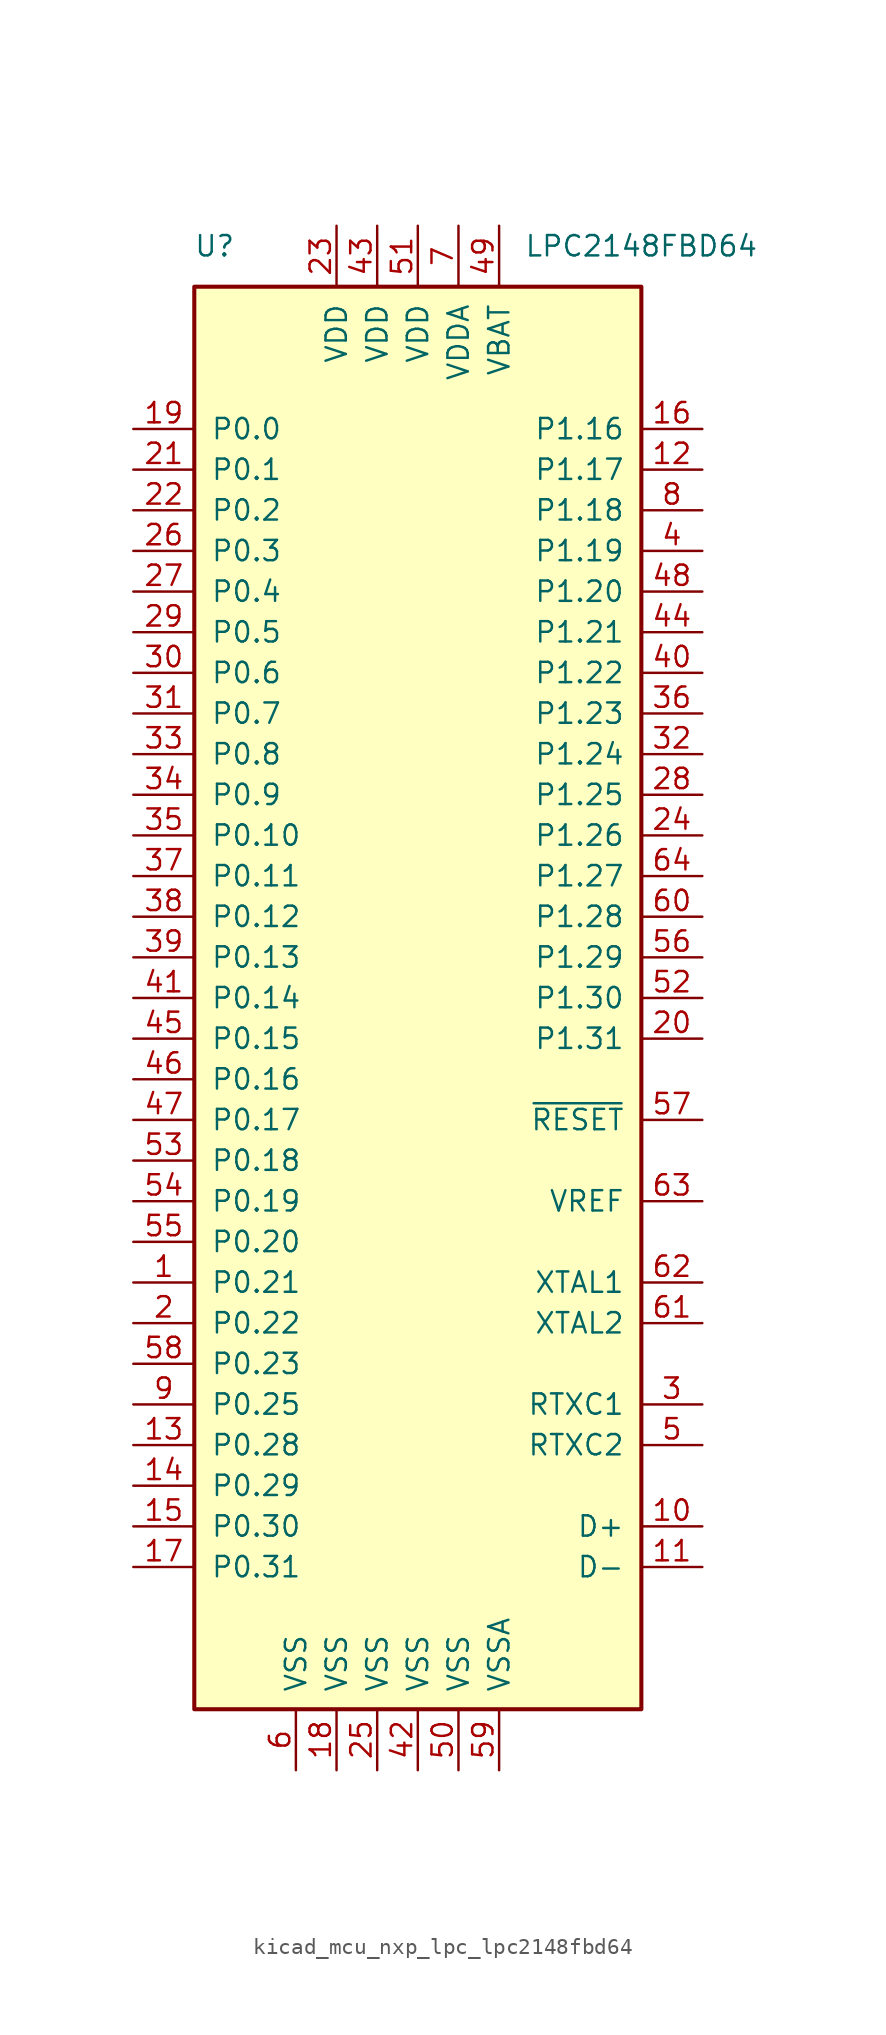
<source format=kicad_sym>
(kicad_symbol_lib
  (version 20220914)
  (generator kicad_symbol_editor)
  (symbol "kicad_mcu_nxp_lpc_lpc2148fbd64"
    (pin_names
      (offset 1.016))
    (property "Reference" "U"
      (at -12.7 46.99 0)
      (effects (font (size 1.27 1.27))))
    (property "Value" "LPC2148FBD64"
      (at 13.97 46.99 0)
      (effects (font (size 1.27 1.27))))
    (symbol "kicad_mcu_nxp_lpc_lpc2148fbd64_0_1"
      (rectangle (start 13.97 44.45) (end -13.97 -44.45) (stroke (width 0.254) (type default)) (fill (type background))))
    (symbol "kicad_mcu_nxp_lpc_lpc2148fbd64_1_1"
      (pin bidirectional line (at -17.78 -17.78 0) (length 3.81) (name "P0.21" (effects (font (size 1.27 1.27)))) (number "1" (effects (font (size 1.27 1.27)))))
      (pin bidirectional line (at 17.78 -33.02 180) (length 3.81) (name "D+" (effects (font (size 1.27 1.27)))) (number "10" (effects (font (size 1.27 1.27)))))
      (pin bidirectional line (at 17.78 -35.56 180) (length 3.81) (name "D-" (effects (font (size 1.27 1.27)))) (number "11" (effects (font (size 1.27 1.27)))))
      (pin bidirectional line (at 17.78 33.02 180) (length 3.81) (name "P1.17" (effects (font (size 1.27 1.27)))) (number "12" (effects (font (size 1.27 1.27)))))
      (pin bidirectional line (at -17.78 -27.94 0) (length 3.81) (name "P0.28" (effects (font (size 1.27 1.27)))) (number "13" (effects (font (size 1.27 1.27)))))
      (pin bidirectional line (at -17.78 -30.48 0) (length 3.81) (name "P0.29" (effects (font (size 1.27 1.27)))) (number "14" (effects (font (size 1.27 1.27)))))
      (pin bidirectional line (at -17.78 -33.02 0) (length 3.81) (name "P0.30" (effects (font (size 1.27 1.27)))) (number "15" (effects (font (size 1.27 1.27)))))
      (pin bidirectional line (at 17.78 35.56 180) (length 3.81) (name "P1.16" (effects (font (size 1.27 1.27)))) (number "16" (effects (font (size 1.27 1.27)))))
      (pin output line (at -17.78 -35.56 0) (length 3.81) (name "P0.31" (effects (font (size 1.27 1.27)))) (number "17" (effects (font (size 1.27 1.27)))))
      (pin power_in line (at -5.08 -48.26 90) (length 3.81) (name "VSS" (effects (font (size 1.27 1.27)))) (number "18" (effects (font (size 1.27 1.27)))))
      (pin bidirectional line (at -17.78 35.56 0) (length 3.81) (name "P0.0" (effects (font (size 1.27 1.27)))) (number "19" (effects (font (size 1.27 1.27)))))
      (pin bidirectional line (at -17.78 -20.32 0) (length 3.81) (name "P0.22" (effects (font (size 1.27 1.27)))) (number "2" (effects (font (size 1.27 1.27)))))
      (pin bidirectional line (at 17.78 -2.54 180) (length 3.81) (name "P1.31" (effects (font (size 1.27 1.27)))) (number "20" (effects (font (size 1.27 1.27)))))
      (pin bidirectional line (at -17.78 33.02 0) (length 3.81) (name "P0.1" (effects (font (size 1.27 1.27)))) (number "21" (effects (font (size 1.27 1.27)))))
      (pin bidirectional line (at -17.78 30.48 0) (length 3.81) (name "P0.2" (effects (font (size 1.27 1.27)))) (number "22" (effects (font (size 1.27 1.27)))))
      (pin power_in line (at -5.08 48.26 270) (length 3.81) (name "VDD" (effects (font (size 1.27 1.27)))) (number "23" (effects (font (size 1.27 1.27)))))
      (pin bidirectional line (at 17.78 10.16 180) (length 3.81) (name "P1.26" (effects (font (size 1.27 1.27)))) (number "24" (effects (font (size 1.27 1.27)))))
      (pin power_in line (at -2.54 -48.26 90) (length 3.81) (name "VSS" (effects (font (size 1.27 1.27)))) (number "25" (effects (font (size 1.27 1.27)))))
      (pin bidirectional line (at -17.78 27.94 0) (length 3.81) (name "P0.3" (effects (font (size 1.27 1.27)))) (number "26" (effects (font (size 1.27 1.27)))))
      (pin bidirectional line (at -17.78 25.4 0) (length 3.81) (name "P0.4" (effects (font (size 1.27 1.27)))) (number "27" (effects (font (size 1.27 1.27)))))
      (pin bidirectional line (at 17.78 12.7 180) (length 3.81) (name "P1.25" (effects (font (size 1.27 1.27)))) (number "28" (effects (font (size 1.27 1.27)))))
      (pin bidirectional line (at -17.78 22.86 0) (length 3.81) (name "P0.5" (effects (font (size 1.27 1.27)))) (number "29" (effects (font (size 1.27 1.27)))))
      (pin input line (at 17.78 -25.4 180) (length 3.81) (name "RTXC1" (effects (font (size 1.27 1.27)))) (number "3" (effects (font (size 1.27 1.27)))))
      (pin bidirectional line (at -17.78 20.32 0) (length 3.81) (name "P0.6" (effects (font (size 1.27 1.27)))) (number "30" (effects (font (size 1.27 1.27)))))
      (pin bidirectional line (at -17.78 17.78 0) (length 3.81) (name "P0.7" (effects (font (size 1.27 1.27)))) (number "31" (effects (font (size 1.27 1.27)))))
      (pin bidirectional line (at 17.78 15.24 180) (length 3.81) (name "P1.24" (effects (font (size 1.27 1.27)))) (number "32" (effects (font (size 1.27 1.27)))))
      (pin bidirectional line (at -17.78 15.24 0) (length 3.81) (name "P0.8" (effects (font (size 1.27 1.27)))) (number "33" (effects (font (size 1.27 1.27)))))
      (pin bidirectional line (at -17.78 12.7 0) (length 3.81) (name "P0.9" (effects (font (size 1.27 1.27)))) (number "34" (effects (font (size 1.27 1.27)))))
      (pin bidirectional line (at -17.78 10.16 0) (length 3.81) (name "P0.10" (effects (font (size 1.27 1.27)))) (number "35" (effects (font (size 1.27 1.27)))))
      (pin bidirectional line (at 17.78 17.78 180) (length 3.81) (name "P1.23" (effects (font (size 1.27 1.27)))) (number "36" (effects (font (size 1.27 1.27)))))
      (pin bidirectional line (at -17.78 7.62 0) (length 3.81) (name "P0.11" (effects (font (size 1.27 1.27)))) (number "37" (effects (font (size 1.27 1.27)))))
      (pin bidirectional line (at -17.78 5.08 0) (length 3.81) (name "P0.12" (effects (font (size 1.27 1.27)))) (number "38" (effects (font (size 1.27 1.27)))))
      (pin bidirectional line (at -17.78 2.54 0) (length 3.81) (name "P0.13" (effects (font (size 1.27 1.27)))) (number "39" (effects (font (size 1.27 1.27)))))
      (pin bidirectional line (at 17.78 27.94 180) (length 3.81) (name "P1.19" (effects (font (size 1.27 1.27)))) (number "4" (effects (font (size 1.27 1.27)))))
      (pin bidirectional line (at 17.78 20.32 180) (length 3.81) (name "P1.22" (effects (font (size 1.27 1.27)))) (number "40" (effects (font (size 1.27 1.27)))))
      (pin bidirectional line (at -17.78 0 0) (length 3.81) (name "P0.14" (effects (font (size 1.27 1.27)))) (number "41" (effects (font (size 1.27 1.27)))))
      (pin power_in line (at 0 -48.26 90) (length 3.81) (name "VSS" (effects (font (size 1.27 1.27)))) (number "42" (effects (font (size 1.27 1.27)))))
      (pin power_in line (at -2.54 48.26 270) (length 3.81) (name "VDD" (effects (font (size 1.27 1.27)))) (number "43" (effects (font (size 1.27 1.27)))))
      (pin bidirectional line (at 17.78 22.86 180) (length 3.81) (name "P1.21" (effects (font (size 1.27 1.27)))) (number "44" (effects (font (size 1.27 1.27)))))
      (pin bidirectional line (at -17.78 -2.54 0) (length 3.81) (name "P0.15" (effects (font (size 1.27 1.27)))) (number "45" (effects (font (size 1.27 1.27)))))
      (pin bidirectional line (at -17.78 -5.08 0) (length 3.81) (name "P0.16" (effects (font (size 1.27 1.27)))) (number "46" (effects (font (size 1.27 1.27)))))
      (pin bidirectional line (at -17.78 -7.62 0) (length 3.81) (name "P0.17" (effects (font (size 1.27 1.27)))) (number "47" (effects (font (size 1.27 1.27)))))
      (pin bidirectional line (at 17.78 25.4 180) (length 3.81) (name "P1.20" (effects (font (size 1.27 1.27)))) (number "48" (effects (font (size 1.27 1.27)))))
      (pin power_in line (at 5.08 48.26 270) (length 3.81) (name "VBAT" (effects (font (size 1.27 1.27)))) (number "49" (effects (font (size 1.27 1.27)))))
      (pin output line (at 17.78 -27.94 180) (length 3.81) (name "RTXC2" (effects (font (size 1.27 1.27)))) (number "5" (effects (font (size 1.27 1.27)))))
      (pin power_in line (at 2.54 -48.26 90) (length 3.81) (name "VSS" (effects (font (size 1.27 1.27)))) (number "50" (effects (font (size 1.27 1.27)))))
      (pin power_in line (at 0 48.26 270) (length 3.81) (name "VDD" (effects (font (size 1.27 1.27)))) (number "51" (effects (font (size 1.27 1.27)))))
      (pin bidirectional line (at 17.78 0 180) (length 3.81) (name "P1.30" (effects (font (size 1.27 1.27)))) (number "52" (effects (font (size 1.27 1.27)))))
      (pin bidirectional line (at -17.78 -10.16 0) (length 3.81) (name "P0.18" (effects (font (size 1.27 1.27)))) (number "53" (effects (font (size 1.27 1.27)))))
      (pin bidirectional line (at -17.78 -12.7 0) (length 3.81) (name "P0.19" (effects (font (size 1.27 1.27)))) (number "54" (effects (font (size 1.27 1.27)))))
      (pin bidirectional line (at -17.78 -15.24 0) (length 3.81) (name "P0.20" (effects (font (size 1.27 1.27)))) (number "55" (effects (font (size 1.27 1.27)))))
      (pin bidirectional line (at 17.78 2.54 180) (length 3.81) (name "P1.29" (effects (font (size 1.27 1.27)))) (number "56" (effects (font (size 1.27 1.27)))))
      (pin input line (at 17.78 -7.62 180) (length 3.81) (name "~{RESET}" (effects (font (size 1.27 1.27)))) (number "57" (effects (font (size 1.27 1.27)))))
      (pin bidirectional line (at -17.78 -22.86 0) (length 3.81) (name "P0.23" (effects (font (size 1.27 1.27)))) (number "58" (effects (font (size 1.27 1.27)))))
      (pin power_in line (at 5.08 -48.26 90) (length 3.81) (name "VSSA" (effects (font (size 1.27 1.27)))) (number "59" (effects (font (size 1.27 1.27)))))
      (pin power_in line (at -7.62 -48.26 90) (length 3.81) (name "VSS" (effects (font (size 1.27 1.27)))) (number "6" (effects (font (size 1.27 1.27)))))
      (pin bidirectional line (at 17.78 5.08 180) (length 3.81) (name "P1.28" (effects (font (size 1.27 1.27)))) (number "60" (effects (font (size 1.27 1.27)))))
      (pin output line (at 17.78 -20.32 180) (length 3.81) (name "XTAL2" (effects (font (size 1.27 1.27)))) (number "61" (effects (font (size 1.27 1.27)))))
      (pin input line (at 17.78 -17.78 180) (length 3.81) (name "XTAL1" (effects (font (size 1.27 1.27)))) (number "62" (effects (font (size 1.27 1.27)))))
      (pin input line (at 17.78 -12.7 180) (length 3.81) (name "VREF" (effects (font (size 1.27 1.27)))) (number "63" (effects (font (size 1.27 1.27)))))
      (pin bidirectional line (at 17.78 7.62 180) (length 3.81) (name "P1.27" (effects (font (size 1.27 1.27)))) (number "64" (effects (font (size 1.27 1.27)))))
      (pin power_in line (at 2.54 48.26 270) (length 3.81) (name "VDDA" (effects (font (size 1.27 1.27)))) (number "7" (effects (font (size 1.27 1.27)))))
      (pin bidirectional line (at 17.78 30.48 180) (length 3.81) (name "P1.18" (effects (font (size 1.27 1.27)))) (number "8" (effects (font (size 1.27 1.27)))))
      (pin bidirectional line (at -17.78 -25.4 0) (length 3.81) (name "P0.25" (effects (font (size 1.27 1.27)))) (number "9" (effects (font (size 1.27 1.27))))))))
</source>
